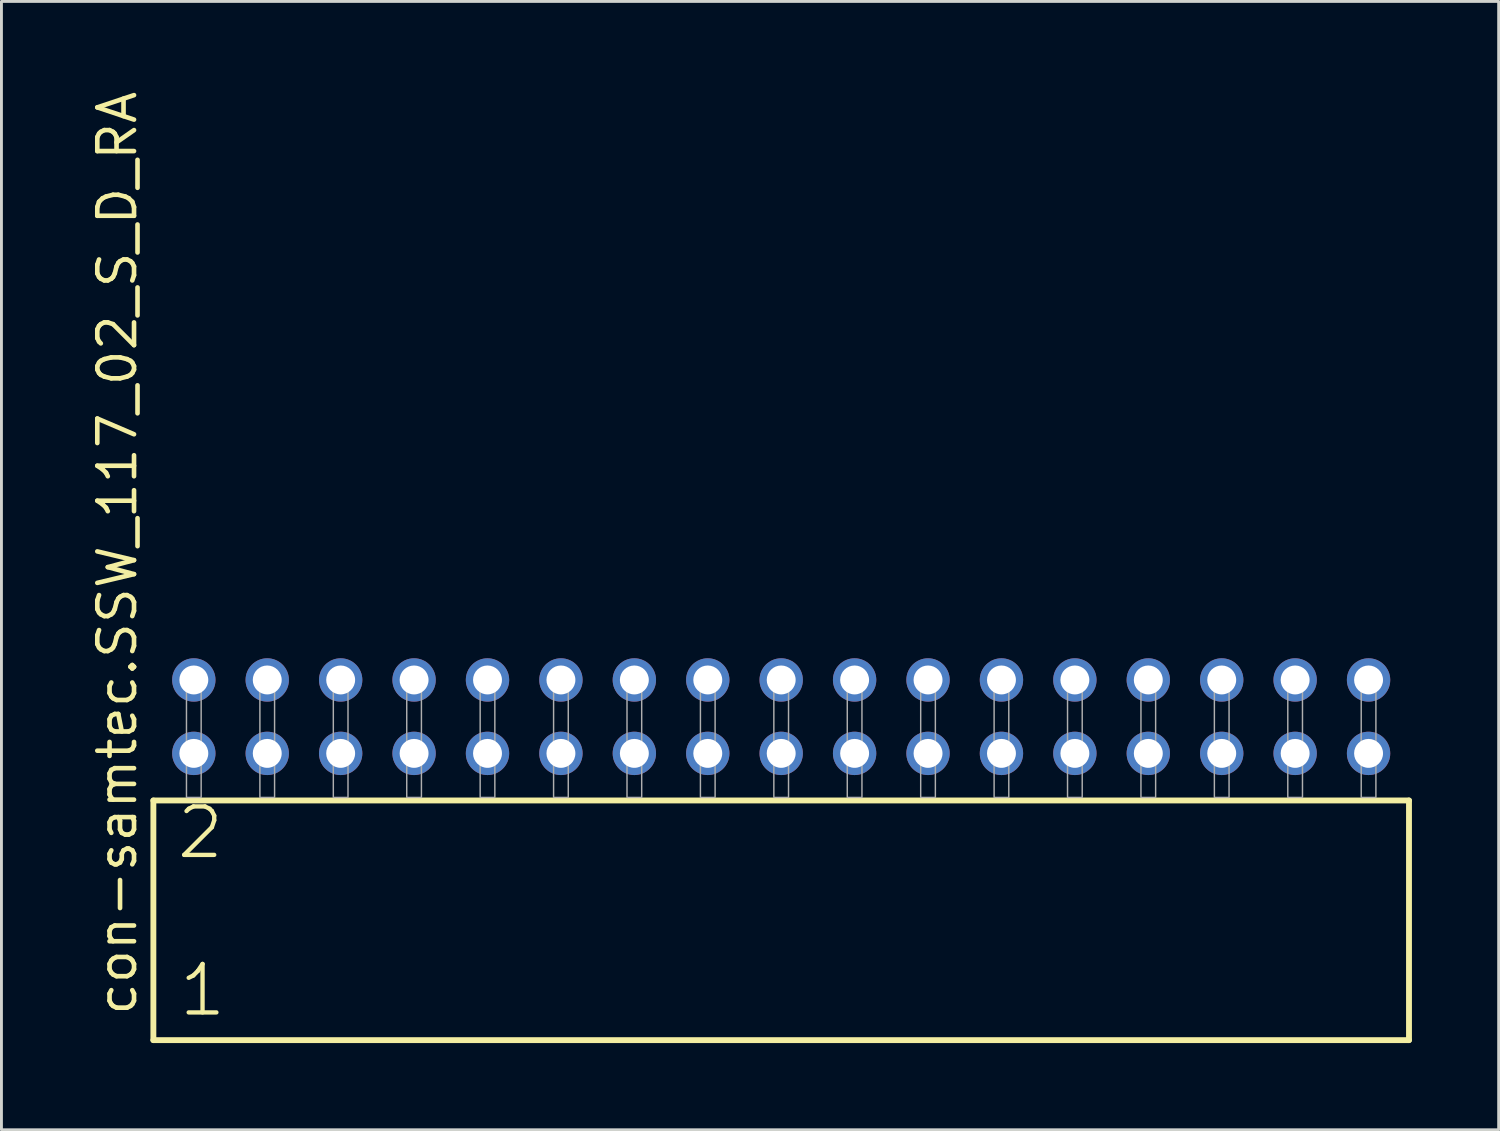
<source format=kicad_pcb>
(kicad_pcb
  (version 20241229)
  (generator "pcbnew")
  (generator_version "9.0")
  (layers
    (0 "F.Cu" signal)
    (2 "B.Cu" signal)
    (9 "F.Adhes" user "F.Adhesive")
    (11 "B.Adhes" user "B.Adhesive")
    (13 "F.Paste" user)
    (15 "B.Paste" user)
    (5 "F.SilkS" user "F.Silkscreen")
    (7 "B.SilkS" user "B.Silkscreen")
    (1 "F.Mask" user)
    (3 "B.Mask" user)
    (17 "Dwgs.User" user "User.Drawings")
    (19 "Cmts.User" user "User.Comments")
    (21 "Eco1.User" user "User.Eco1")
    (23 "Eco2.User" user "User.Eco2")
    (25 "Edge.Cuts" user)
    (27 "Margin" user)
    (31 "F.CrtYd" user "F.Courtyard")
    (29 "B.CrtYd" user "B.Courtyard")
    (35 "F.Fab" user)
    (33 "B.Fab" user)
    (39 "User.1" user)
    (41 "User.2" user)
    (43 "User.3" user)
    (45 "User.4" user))
  (footprint "con-samtec.SSW_117_02_S_D_RA"
    (layer "F.Cu")
    (at 23.975 24.537)
    (property "Reference" "con-samtec.SSW_117_02_S_D_RA" (at -22.225 7.62 90) (layer "F.SilkS") (effects (font (size 1.27 1.27) (thickness 0.16)) (justify left bottom)))
    (attr through_hole)
    (fp_line (start -21.719 0.106) (end -21.719 8.396) (stroke (width 0.203) (type default)) (layer "F.SilkS"))
    (fp_line (start -21.719 8.396) (end 21.719 8.396) (stroke (width 0.203) (type default)) (layer "F.SilkS"))
    (fp_line (start 21.719 0.106) (end -21.719 0.106) (stroke (width 0.203) (type default)) (layer "F.SilkS"))
    (fp_line (start 21.719 8.396) (end 21.719 0.106) (stroke (width 0.203) (type default)) (layer "F.SilkS"))
    (fp_rect (start -20.574 0) (end -20.066 -4.318) (stroke (width 0.05) (type default)) (fill no) (layer "F.Fab"))
    (fp_rect (start -18.034 0) (end -17.526 -4.318) (stroke (width 0.05) (type default)) (fill no) (layer "F.Fab"))
    (fp_rect (start -15.494 0) (end -14.986 -4.318) (stroke (width 0.05) (type default)) (fill no) (layer "F.Fab"))
    (fp_rect (start -12.954 0) (end -12.446 -4.318) (stroke (width 0.05) (type default)) (fill no) (layer "F.Fab"))
    (fp_rect (start -10.414 0) (end -9.906 -4.318) (stroke (width 0.05) (type default)) (fill no) (layer "F.Fab"))
    (fp_rect (start -7.874 0) (end -7.366 -4.318) (stroke (width 0.05) (type default)) (fill no) (layer "F.Fab"))
    (fp_rect (start -5.334 0) (end -4.826 -4.318) (stroke (width 0.05) (type default)) (fill no) (layer "F.Fab"))
    (fp_rect (start -2.794 0) (end -2.286 -4.318) (stroke (width 0.05) (type default)) (fill no) (layer "F.Fab"))
    (fp_rect (start -0.254 0) (end 0.254 -4.318) (stroke (width 0.05) (type default)) (fill no) (layer "F.Fab"))
    (fp_rect (start 2.286 0) (end 2.794 -4.318) (stroke (width 0.05) (type default)) (fill no) (layer "F.Fab"))
    (fp_rect (start 4.826 0) (end 5.334 -4.318) (stroke (width 0.05) (type default)) (fill no) (layer "F.Fab"))
    (fp_rect (start 7.366 0) (end 7.874 -4.318) (stroke (width 0.05) (type default)) (fill no) (layer "F.Fab"))
    (fp_rect (start 9.906 0) (end 10.414 -4.318) (stroke (width 0.05) (type default)) (fill no) (layer "F.Fab"))
    (fp_rect (start 12.446 0) (end 12.954 -4.318) (stroke (width 0.05) (type default)) (fill no) (layer "F.Fab"))
    (fp_rect (start 14.986 0) (end 15.494 -4.318) (stroke (width 0.05) (type default)) (fill no) (layer "F.Fab"))
    (fp_rect (start 17.526 0) (end 18.034 -4.318) (stroke (width 0.05) (type default)) (fill no) (layer "F.Fab"))
    (fp_rect (start 20.066 0) (end 20.574 -4.318) (stroke (width 0.05) (type default)) (fill no) (layer "F.Fab"))
    (fp_text user "2" (at -20.99 2.2 0) (layer "F.SilkS") (effects (font (size 1.676 1.676) (thickness 0.15)) (justify left bottom)))
    (fp_text user "1" (at -20.915 7.65 0) (layer "F.SilkS") (effects (font (size 1.676 1.676) (thickness 0.15)) (justify left bottom)))
    (pad "1" thru_hole circle (at -20.32 -1.524) (size 1.5 1.5) (drill 1) (layers "*.Cu" "*.Mask"))
    (pad "2" thru_hole circle (at -20.32 -4.064) (size 1.5 1.5) (drill 1) (layers "*.Cu" "*.Mask"))
    (pad "3" thru_hole circle (at -17.78 -1.524) (size 1.5 1.5) (drill 1) (layers "*.Cu" "*.Mask"))
    (pad "4" thru_hole circle (at -17.78 -4.064) (size 1.5 1.5) (drill 1) (layers "*.Cu" "*.Mask"))
    (pad "5" thru_hole circle (at -15.24 -1.524) (size 1.5 1.5) (drill 1) (layers "*.Cu" "*.Mask"))
    (pad "6" thru_hole circle (at -15.24 -4.064) (size 1.5 1.5) (drill 1) (layers "*.Cu" "*.Mask"))
    (pad "7" thru_hole circle (at -12.7 -1.524) (size 1.5 1.5) (drill 1) (layers "*.Cu" "*.Mask"))
    (pad "8" thru_hole circle (at -12.7 -4.064) (size 1.5 1.5) (drill 1) (layers "*.Cu" "*.Mask"))
    (pad "9" thru_hole circle (at -10.16 -1.524) (size 1.5 1.5) (drill 1) (layers "*.Cu" "*.Mask"))
    (pad "10" thru_hole circle (at -10.16 -4.064) (size 1.5 1.5) (drill 1) (layers "*.Cu" "*.Mask"))
    (pad "11" thru_hole circle (at -7.62 -1.524) (size 1.5 1.5) (drill 1) (layers "*.Cu" "*.Mask"))
    (pad "12" thru_hole circle (at -7.62 -4.064) (size 1.5 1.5) (drill 1) (layers "*.Cu" "*.Mask"))
    (pad "13" thru_hole circle (at -5.08 -1.524) (size 1.5 1.5) (drill 1) (layers "*.Cu" "*.Mask"))
    (pad "14" thru_hole circle (at -5.08 -4.064) (size 1.5 1.5) (drill 1) (layers "*.Cu" "*.Mask"))
    (pad "15" thru_hole circle (at -2.54 -1.524) (size 1.5 1.5) (drill 1) (layers "*.Cu" "*.Mask"))
    (pad "16" thru_hole circle (at -2.54 -4.064) (size 1.5 1.5) (drill 1) (layers "*.Cu" "*.Mask"))
    (pad "17" thru_hole circle (at 0 -1.524) (size 1.5 1.5) (drill 1) (layers "*.Cu" "*.Mask"))
    (pad "18" thru_hole circle (at 0 -4.064) (size 1.5 1.5) (drill 1) (layers "*.Cu" "*.Mask"))
    (pad "19" thru_hole circle (at 2.54 -1.524) (size 1.5 1.5) (drill 1) (layers "*.Cu" "*.Mask"))
    (pad "20" thru_hole circle (at 2.54 -4.064) (size 1.5 1.5) (drill 1) (layers "*.Cu" "*.Mask"))
    (pad "21" thru_hole circle (at 5.08 -1.524) (size 1.5 1.5) (drill 1) (layers "*.Cu" "*.Mask"))
    (pad "22" thru_hole circle (at 5.08 -4.064) (size 1.5 1.5) (drill 1) (layers "*.Cu" "*.Mask"))
    (pad "23" thru_hole circle (at 7.62 -1.524) (size 1.5 1.5) (drill 1) (layers "*.Cu" "*.Mask"))
    (pad "24" thru_hole circle (at 7.62 -4.064) (size 1.5 1.5) (drill 1) (layers "*.Cu" "*.Mask"))
    (pad "25" thru_hole circle (at 10.16 -1.524) (size 1.5 1.5) (drill 1) (layers "*.Cu" "*.Mask"))
    (pad "26" thru_hole circle (at 10.16 -4.064) (size 1.5 1.5) (drill 1) (layers "*.Cu" "*.Mask"))
    (pad "27" thru_hole circle (at 12.7 -1.524) (size 1.5 1.5) (drill 1) (layers "*.Cu" "*.Mask"))
    (pad "28" thru_hole circle (at 12.7 -4.064) (size 1.5 1.5) (drill 1) (layers "*.Cu" "*.Mask"))
    (pad "29" thru_hole circle (at 15.24 -1.524) (size 1.5 1.5) (drill 1) (layers "*.Cu" "*.Mask"))
    (pad "30" thru_hole circle (at 15.24 -4.064) (size 1.5 1.5) (drill 1) (layers "*.Cu" "*.Mask"))
    (pad "31" thru_hole circle (at 17.78 -1.524) (size 1.5 1.5) (drill 1) (layers "*.Cu" "*.Mask"))
    (pad "32" thru_hole circle (at 17.78 -4.064) (size 1.5 1.5) (drill 1) (layers "*.Cu" "*.Mask"))
    (pad "33" thru_hole circle (at 20.32 -1.524) (size 1.5 1.5) (drill 1) (layers "*.Cu" "*.Mask"))
    (pad "34" thru_hole circle (at 20.32 -4.064) (size 1.5 1.5) (drill 1) (layers "*.Cu" "*.Mask")))
  (gr_rect
    (start -3 -3)
    (end 48.796 36.035)
    (stroke (width 0.1) (type default))
    (fill no)
    (layer "Edge.Cuts")))
</source>
